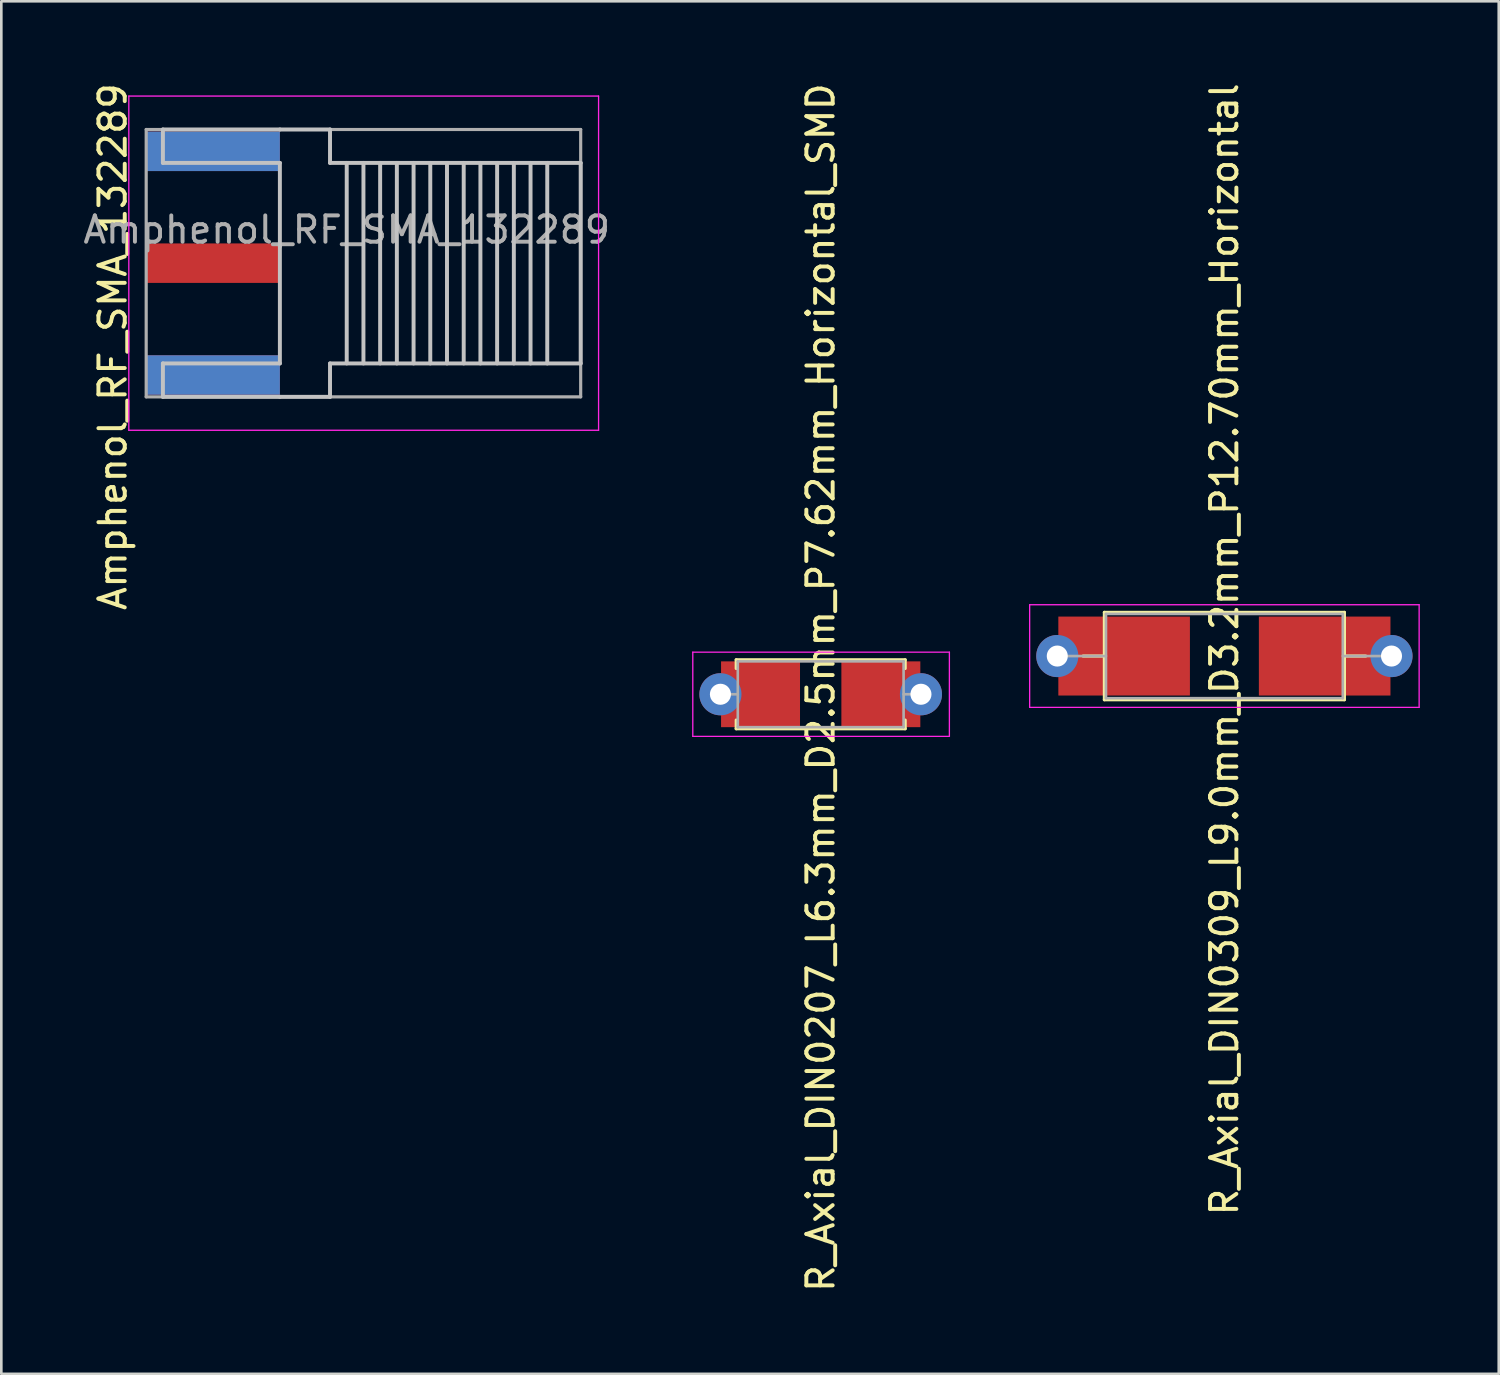
<source format=kicad_pcb>
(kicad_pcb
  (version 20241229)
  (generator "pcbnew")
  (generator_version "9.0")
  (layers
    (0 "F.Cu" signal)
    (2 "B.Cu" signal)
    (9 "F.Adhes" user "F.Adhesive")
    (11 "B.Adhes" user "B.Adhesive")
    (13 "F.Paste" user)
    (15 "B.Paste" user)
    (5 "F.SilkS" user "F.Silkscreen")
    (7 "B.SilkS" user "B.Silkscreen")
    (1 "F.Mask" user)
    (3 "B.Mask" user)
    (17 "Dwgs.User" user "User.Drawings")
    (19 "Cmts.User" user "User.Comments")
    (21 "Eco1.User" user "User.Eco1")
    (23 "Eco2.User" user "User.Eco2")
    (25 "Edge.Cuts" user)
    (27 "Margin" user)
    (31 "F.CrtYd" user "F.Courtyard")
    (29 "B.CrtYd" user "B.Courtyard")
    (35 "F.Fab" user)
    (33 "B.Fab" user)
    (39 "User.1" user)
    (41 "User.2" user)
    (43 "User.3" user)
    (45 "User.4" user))
  (footprint "Amphenol_RF_SMA_132289"
    (layer "F.Cu")
    (at 5.045 6.95)
    (property "Reference" "Amphenol_RF_SMA_132289" (at -3.81 3.175 270) (layer "F.SilkS") (effects (font (size 1 1) (thickness 0.15))))
    (attr smd)
    (fp_line (start -1.905 -5.08) (end -1.905 -3.81) (stroke (width 0.15) (type solid)) (layer "Dwgs.User"))
    (fp_line (start -1.905 -3.81) (end 2.54 -3.81) (stroke (width 0.15) (type solid)) (layer "Dwgs.User"))
    (fp_line (start -1.905 3.81) (end -1.905 5.08) (stroke (width 0.15) (type solid)) (layer "Dwgs.User"))
    (fp_line (start -1.905 5.08) (end 2.54 5.08) (stroke (width 0.15) (type solid)) (layer "Dwgs.User"))
    (fp_line (start 2.54 -5.08) (end -1.905 -5.08) (stroke (width 0.15) (type solid)) (layer "Dwgs.User"))
    (fp_line (start 2.54 -5.08) (end 4.445 -5.08) (stroke (width 0.15) (type solid)) (layer "Dwgs.User"))
    (fp_line (start 2.54 -3.81) (end 2.54 -0.635) (stroke (width 0.15) (type solid)) (layer "Dwgs.User"))
    (fp_line (start 2.54 -0.635) (end 2.54 3.81) (stroke (width 0.15) (type solid)) (layer "Dwgs.User"))
    (fp_line (start 2.54 3.81) (end -1.905 3.81) (stroke (width 0.15) (type solid)) (layer "Dwgs.User"))
    (fp_line (start 2.54 5.08) (end 4.445 5.08) (stroke (width 0.15) (type solid)) (layer "Dwgs.User"))
    (fp_line (start 4.445 -3.81) (end 4.445 -5.08) (stroke (width 0.15) (type solid)) (layer "Dwgs.User"))
    (fp_line (start 4.445 -3.81) (end 13.97 -3.81) (stroke (width 0.15) (type solid)) (layer "Dwgs.User"))
    (fp_line (start 4.445 5.08) (end 4.445 3.81) (stroke (width 0.15) (type solid)) (layer "Dwgs.User"))
    (fp_line (start 5.08 3.81) (end 5.08 -3.81) (stroke (width 0.15) (type solid)) (layer "Dwgs.User"))
    (fp_line (start 5.715 -3.81) (end 5.715 3.81) (stroke (width 0.15) (type solid)) (layer "Dwgs.User"))
    (fp_line (start 6.35 -3.81) (end 6.35 3.81) (stroke (width 0.15) (type solid)) (layer "Dwgs.User"))
    (fp_line (start 6.985 -3.81) (end 6.985 3.81) (stroke (width 0.15) (type solid)) (layer "Dwgs.User"))
    (fp_line (start 7.62 -3.81) (end 7.62 3.81) (stroke (width 0.15) (type solid)) (layer "Dwgs.User"))
    (fp_line (start 8.255 3.81) (end 8.255 -3.81) (stroke (width 0.15) (type solid)) (layer "Dwgs.User"))
    (fp_line (start 8.89 -3.81) (end 8.89 3.81) (stroke (width 0.15) (type solid)) (layer "Dwgs.User"))
    (fp_line (start 9.525 3.81) (end 9.525 -3.81) (stroke (width 0.15) (type solid)) (layer "Dwgs.User"))
    (fp_line (start 10.16 -3.81) (end 10.16 3.81) (stroke (width 0.15) (type solid)) (layer "Dwgs.User"))
    (fp_line (start 10.795 3.81) (end 10.795 -3.81) (stroke (width 0.15) (type solid)) (layer "Dwgs.User"))
    (fp_line (start 11.43 -3.81) (end 11.43 3.81) (stroke (width 0.15) (type solid)) (layer "Dwgs.User"))
    (fp_line (start 12.065 3.81) (end 12.065 -3.81) (stroke (width 0.15) (type solid)) (layer "Dwgs.User"))
    (fp_line (start 12.7 -3.81) (end 12.7 3.81) (stroke (width 0.15) (type solid)) (layer "Dwgs.User"))
    (fp_line (start 13.97 -3.81) (end 13.97 3.81) (stroke (width 0.15) (type solid)) (layer "Dwgs.User"))
    (fp_line (start 13.97 3.81) (end 4.445 3.81) (stroke (width 0.15) (type solid)) (layer "Dwgs.User"))
    (fp_line (start -3.2 6.35) (end -3.2 -6.35) (stroke (width 0.05) (type solid)) (layer "F.CrtYd"))
    (fp_line (start 14.65 -6.35) (end -3.2 -6.35) (stroke (width 0.05) (type solid)) (layer "F.CrtYd"))
    (fp_line (start 14.65 -6.35) (end 14.65 6.35) (stroke (width 0.05) (type solid)) (layer "F.CrtYd"))
    (fp_line (start 14.65 6.35) (end -3.2 6.35) (stroke (width 0.05) (type solid)) (layer "F.CrtYd"))
    (fp_line (start -2.54 -5.08) (end 13.97 -5.08) (stroke (width 0.12) (type solid)) (layer "F.Fab"))
    (fp_line (start -2.54 5.08) (end -2.54 -5.08) (stroke (width 0.12) (type solid)) (layer "F.Fab"))
    (fp_line (start 13.97 -5.08) (end 13.97 5.08) (stroke (width 0.12) (type solid)) (layer "F.Fab"))
    (fp_line (start 13.97 5.08) (end -2.54 5.08) (stroke (width 0.12) (type solid)) (layer "F.Fab"))
    (fp_text user "${REFERENCE}" (at 5.08 -1.27 0) (layer "F.Fab") (effects (font (size 1 1) (thickness 0.15))))
    (pad "1" smd rect (at 0 0 90) (size 1.5 5.08) (layers "F.Cu" "F.Mask" "F.Paste"))
    (pad "2" smd rect (at 0 -4.25 90) (size 1.5 5.08) (layers "F.Cu" "F.Mask" "F.Paste"))
    (pad "2" smd rect (at 0 -4.25 90) (size 1.5 5.08) (layers "B.Cu" "B.Mask" "B.Paste"))
    (pad "2" smd rect (at 0 4.25 90) (size 1.5 5.08) (layers "F.Cu" "F.Mask" "F.Paste"))
    (pad "2" smd rect (at 0 4.25 90) (size 1.5 5.08) (layers "B.Cu" "B.Mask" "B.Paste")))
  (footprint "R_Axial_DIN0207_L6.3mm_D2.5mm_P7.62mm_Horizontal_SMD"
    (layer "F.Cu")
    (at 24.325 23.331)
    (property "Reference" "R_Axial_DIN0207_L6.3mm_D2.5mm_P7.62mm_Horizontal_SMD" (at 3.81 -0.254 90) (layer "F.SilkS") (effects (font (size 1 1) (thickness 0.15))))
    (attr through_hole)
    (fp_line (start 0.6 -1.31) (end 7.02 -1.31) (stroke (width 0.12) (type solid)) (layer "F.SilkS"))
    (fp_line (start 0.6 -0.98) (end 0.6 -1.31) (stroke (width 0.12) (type solid)) (layer "F.SilkS"))
    (fp_line (start 0.6 0.98) (end 0.6 1.31) (stroke (width 0.12) (type solid)) (layer "F.SilkS"))
    (fp_line (start 0.6 1.31) (end 7.02 1.31) (stroke (width 0.12) (type solid)) (layer "F.SilkS"))
    (fp_line (start 7.02 -1.31) (end 7.02 -0.98) (stroke (width 0.12) (type solid)) (layer "F.SilkS"))
    (fp_line (start 7.02 1.31) (end 7.02 0.98) (stroke (width 0.12) (type solid)) (layer "F.SilkS"))
    (fp_line (start -1.05 -1.6) (end -1.05 1.6) (stroke (width 0.05) (type solid)) (layer "F.CrtYd"))
    (fp_line (start -1.05 1.6) (end 8.7 1.6) (stroke (width 0.05) (type solid)) (layer "F.CrtYd"))
    (fp_line (start 8.7 -1.6) (end -1.05 -1.6) (stroke (width 0.05) (type solid)) (layer "F.CrtYd"))
    (fp_line (start 8.7 1.6) (end 8.7 -1.6) (stroke (width 0.05) (type solid)) (layer "F.CrtYd"))
    (fp_line (start 0 0) (end 0.66 0) (stroke (width 0.1) (type solid)) (layer "F.Fab"))
    (fp_line (start 0.66 -1.25) (end 0.66 1.25) (stroke (width 0.1) (type solid)) (layer "F.Fab"))
    (fp_line (start 0.66 1.25) (end 6.96 1.25) (stroke (width 0.1) (type solid)) (layer "F.Fab"))
    (fp_line (start 6.96 -1.25) (end 0.66 -1.25) (stroke (width 0.1) (type solid)) (layer "F.Fab"))
    (fp_line (start 6.96 1.25) (end 6.96 -1.25) (stroke (width 0.1) (type solid)) (layer "F.Fab"))
    (fp_line (start 7.62 0) (end 6.96 0) (stroke (width 0.1) (type solid)) (layer "F.Fab"))
    (pad "1" thru_hole circle (at 0 0) (size 1.6 1.6) (drill 0.8) (layers "*.Cu" "*.Mask"))
    (pad "1" smd rect (at 1.524 0) (size 3 2.5) (layers "F.Cu" "F.Mask" "F.Paste"))
    (pad "2" smd rect (at 6.096 0) (size 3 2.5) (layers "F.Cu" "F.Mask" "F.Paste"))
    (pad "2" thru_hole oval (at 7.62 0) (size 1.6 1.6) (drill 0.8) (layers "*.Cu" "*.Mask")))
  (footprint "R_Axial_DIN0309_L9.0mm_D3.2mm_P12.70mm_Horizontal"
    (layer "F.Cu")
    (at 37.125 21.879)
    (property "Reference" "R_Axial_DIN0309_L9.0mm_D3.2mm_P12.70mm_Horizontal" (at 6.35 -0.254 90) (layer "F.SilkS") (effects (font (size 1 1) (thickness 0.15))))
    (attr through_hole)
    (fp_line (start 0.98 0) (end 1.79 0) (stroke (width 0.12) (type solid)) (layer "F.SilkS"))
    (fp_line (start 1.79 -1.66) (end 1.79 1.66) (stroke (width 0.12) (type solid)) (layer "F.SilkS"))
    (fp_line (start 1.79 1.66) (end 10.91 1.66) (stroke (width 0.12) (type solid)) (layer "F.SilkS"))
    (fp_line (start 10.91 -1.66) (end 1.79 -1.66) (stroke (width 0.12) (type solid)) (layer "F.SilkS"))
    (fp_line (start 10.91 1.66) (end 10.91 -1.66) (stroke (width 0.12) (type solid)) (layer "F.SilkS"))
    (fp_line (start 11.72 0) (end 10.91 0) (stroke (width 0.12) (type solid)) (layer "F.SilkS"))
    (fp_line (start -1.05 -1.95) (end -1.05 1.95) (stroke (width 0.05) (type solid)) (layer "F.CrtYd"))
    (fp_line (start -1.05 1.95) (end 13.75 1.95) (stroke (width 0.05) (type solid)) (layer "F.CrtYd"))
    (fp_line (start 13.75 -1.95) (end -1.05 -1.95) (stroke (width 0.05) (type solid)) (layer "F.CrtYd"))
    (fp_line (start 13.75 1.95) (end 13.75 -1.95) (stroke (width 0.05) (type solid)) (layer "F.CrtYd"))
    (fp_line (start 0 0) (end 1.85 0) (stroke (width 0.1) (type solid)) (layer "F.Fab"))
    (fp_line (start 1.85 -1.6) (end 1.85 1.6) (stroke (width 0.1) (type solid)) (layer "F.Fab"))
    (fp_line (start 1.85 1.6) (end 10.85 1.6) (stroke (width 0.1) (type solid)) (layer "F.Fab"))
    (fp_line (start 10.85 -1.6) (end 1.85 -1.6) (stroke (width 0.1) (type solid)) (layer "F.Fab"))
    (fp_line (start 10.85 1.6) (end 10.85 -1.6) (stroke (width 0.1) (type solid)) (layer "F.Fab"))
    (fp_line (start 12.7 0) (end 10.85 0) (stroke (width 0.1) (type solid)) (layer "F.Fab"))
    (pad "1" thru_hole circle (at 0 0) (size 1.6 1.6) (drill 0.8) (layers "*.Cu" "*.Mask"))
    (pad "1" smd rect (at 2.54 0) (size 5 3) (layers "F.Cu" "F.Mask" "F.Paste"))
    (pad "2" smd rect (at 10.16 0) (size 5 3) (layers "F.Cu" "F.Mask" "F.Paste"))
    (pad "2" thru_hole oval (at 12.7 0) (size 1.6 1.6) (drill 0.8) (layers "*.Cu" "*.Mask")))
  (gr_rect
    (start -3 -3)
    (end 53.9 49.155)
    (stroke (width 0.1) (type default))
    (fill no)
    (layer "Edge.Cuts")))
</source>
